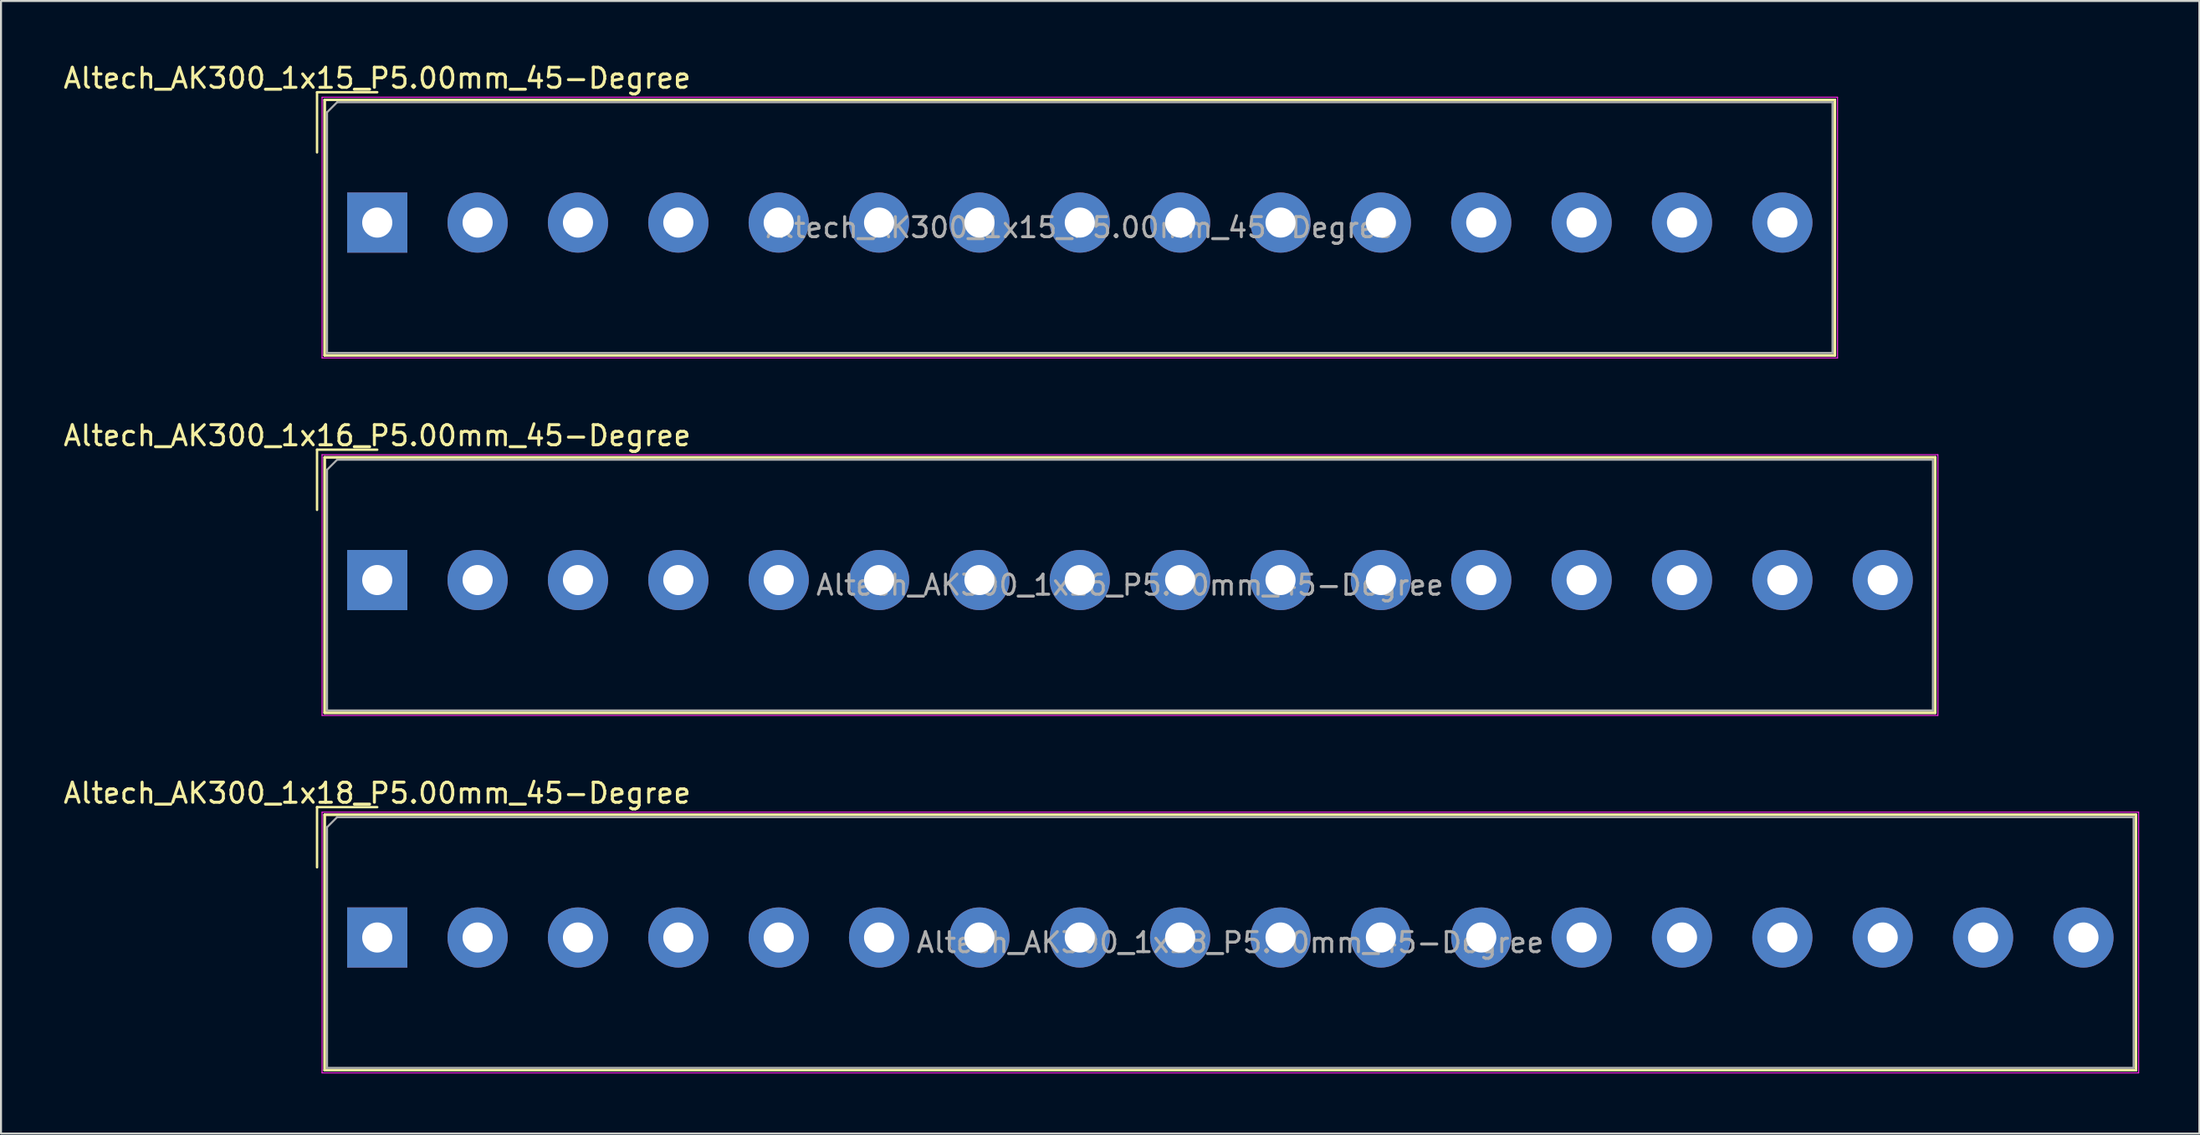
<source format=kicad_pcb>
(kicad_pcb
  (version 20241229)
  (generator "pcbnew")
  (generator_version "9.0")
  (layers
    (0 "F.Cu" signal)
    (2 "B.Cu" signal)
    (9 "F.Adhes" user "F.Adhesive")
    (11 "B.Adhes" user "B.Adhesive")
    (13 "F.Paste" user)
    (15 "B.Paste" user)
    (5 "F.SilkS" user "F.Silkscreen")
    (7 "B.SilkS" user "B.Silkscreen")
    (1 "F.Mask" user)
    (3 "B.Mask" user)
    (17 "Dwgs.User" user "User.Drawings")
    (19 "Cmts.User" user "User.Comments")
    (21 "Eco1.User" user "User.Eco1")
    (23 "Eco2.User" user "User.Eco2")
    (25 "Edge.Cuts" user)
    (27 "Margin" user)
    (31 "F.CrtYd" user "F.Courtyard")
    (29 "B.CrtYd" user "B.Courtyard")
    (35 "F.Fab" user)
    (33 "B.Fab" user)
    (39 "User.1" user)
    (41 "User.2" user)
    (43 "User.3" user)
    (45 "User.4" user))
  (footprint "Altech_AK300_1x15_P5.00mm_45-Degree"
    (layer "F.Cu")
    (at 15.744 8.048)
    (property "Reference" "Altech_AK300_1x15_P5.00mm_45-Degree" (at 0 -7.2 0) (layer "F.SilkS") (effects (font (size 1 1) (thickness 0.15))))
    (attr through_hole)
    (fp_line (start -3 -6.5) (end 0 -6.5) (stroke (width 0.12) (type solid)) (layer "F.SilkS"))
    (fp_line (start -3 -3.5) (end -3 -6.5) (stroke (width 0.12) (type solid)) (layer "F.SilkS"))
    (fp_line (start -2.62 -6.12) (end -2.62 6.62) (stroke (width 0.12) (type solid)) (layer "F.SilkS"))
    (fp_line (start -2.62 -6.12) (end -2.62 6.62) (stroke (width 0.12) (type solid)) (layer "F.SilkS"))
    (fp_line (start -2.62 -6.12) (end 72.62 -6.12) (stroke (width 0.12) (type solid)) (layer "F.SilkS"))
    (fp_line (start -2.62 -6.12) (end 72.62 -6.12) (stroke (width 0.12) (type solid)) (layer "F.SilkS"))
    (fp_line (start -2.62 6.62) (end 72.62 6.62) (stroke (width 0.12) (type solid)) (layer "F.SilkS"))
    (fp_line (start -2.62 6.62) (end 72.62 6.62) (stroke (width 0.12) (type solid)) (layer "F.SilkS"))
    (fp_line (start 72.62 -6.12) (end 72.62 6.62) (stroke (width 0.12) (type solid)) (layer "F.SilkS"))
    (fp_line (start 72.62 -6.12) (end 72.62 6.62) (stroke (width 0.12) (type solid)) (layer "F.SilkS"))
    (fp_line (start -2.75 -6.25) (end -2.75 6.75) (stroke (width 0.05) (type solid)) (layer "F.CrtYd"))
    (fp_line (start -2.75 -6.25) (end 72.75 -6.25) (stroke (width 0.05) (type solid)) (layer "F.CrtYd"))
    (fp_line (start -2.75 6.75) (end 72.75 6.75) (stroke (width 0.05) (type solid)) (layer "F.CrtYd"))
    (fp_line (start 72.75 -6.25) (end 72.75 6.75) (stroke (width 0.05) (type solid)) (layer "F.CrtYd"))
    (fp_line (start -2.5 -5.5) (end -2 -6) (stroke (width 0.1) (type solid)) (layer "F.Fab"))
    (fp_line (start -2.5 6.5) (end -2.5 -5.5) (stroke (width 0.1) (type solid)) (layer "F.Fab"))
    (fp_line (start -2 -6) (end 72.5 -6) (stroke (width 0.1) (type solid)) (layer "F.Fab"))
    (fp_line (start 72.5 -6) (end 72.5 6.5) (stroke (width 0.1) (type solid)) (layer "F.Fab"))
    (fp_line (start 72.5 6.5) (end -2.5 6.5) (stroke (width 0.1) (type solid)) (layer "F.Fab"))
    (fp_text user "${REFERENCE}" (at 35 0.25 0) (layer "F.Fab") (effects (font (size 1 1) (thickness 0.15))))
    (pad "1" thru_hole rect (at 0 0) (size 3 3) (drill 1.5) (layers "*.Cu" "*.Mask"))
    (pad "2" thru_hole circle (at 5 0) (size 3 3) (drill 1.5) (layers "*.Cu" "*.Mask"))
    (pad "3" thru_hole circle (at 10 0) (size 3 3) (drill 1.5) (layers "*.Cu" "*.Mask"))
    (pad "4" thru_hole circle (at 15 0) (size 3 3) (drill 1.5) (layers "*.Cu" "*.Mask"))
    (pad "5" thru_hole circle (at 20 0) (size 3 3) (drill 1.5) (layers "*.Cu" "*.Mask"))
    (pad "6" thru_hole circle (at 25 0) (size 3 3) (drill 1.5) (layers "*.Cu" "*.Mask"))
    (pad "7" thru_hole circle (at 30 0) (size 3 3) (drill 1.5) (layers "*.Cu" "*.Mask"))
    (pad "8" thru_hole circle (at 35 0) (size 3 3) (drill 1.5) (layers "*.Cu" "*.Mask"))
    (pad "9" thru_hole circle (at 40 0) (size 3 3) (drill 1.5) (layers "*.Cu" "*.Mask"))
    (pad "10" thru_hole circle (at 45 0) (size 3 3) (drill 1.5) (layers "*.Cu" "*.Mask"))
    (pad "11" thru_hole circle (at 50 0) (size 3 3) (drill 1.5) (layers "*.Cu" "*.Mask"))
    (pad "12" thru_hole circle (at 55 0) (size 3 3) (drill 1.5) (layers "*.Cu" "*.Mask"))
    (pad "13" thru_hole circle (at 60 0) (size 3 3) (drill 1.5) (layers "*.Cu" "*.Mask"))
    (pad "14" thru_hole circle (at 65 0) (size 3 3) (drill 1.5) (layers "*.Cu" "*.Mask"))
    (pad "15" thru_hole circle (at 70 0) (size 3 3) (drill 1.5) (layers "*.Cu" "*.Mask")))
  (footprint "Altech_AK300_1x16_P5.00mm_45-Degree"
    (layer "F.Cu")
    (at 15.744 25.872)
    (property "Reference" "Altech_AK300_1x16_P5.00mm_45-Degree" (at 0 -7.2 0) (layer "F.SilkS") (effects (font (size 1 1) (thickness 0.15))))
    (attr through_hole)
    (fp_line (start -3 -6.5) (end 0 -6.5) (stroke (width 0.12) (type solid)) (layer "F.SilkS"))
    (fp_line (start -3 -3.5) (end -3 -6.5) (stroke (width 0.12) (type solid)) (layer "F.SilkS"))
    (fp_line (start -2.62 -6.12) (end -2.62 6.62) (stroke (width 0.12) (type solid)) (layer "F.SilkS"))
    (fp_line (start -2.62 -6.12) (end -2.62 6.62) (stroke (width 0.12) (type solid)) (layer "F.SilkS"))
    (fp_line (start -2.62 -6.12) (end 77.62 -6.12) (stroke (width 0.12) (type solid)) (layer "F.SilkS"))
    (fp_line (start -2.62 -6.12) (end 77.62 -6.12) (stroke (width 0.12) (type solid)) (layer "F.SilkS"))
    (fp_line (start -2.62 6.62) (end 77.62 6.62) (stroke (width 0.12) (type solid)) (layer "F.SilkS"))
    (fp_line (start -2.62 6.62) (end 77.62 6.62) (stroke (width 0.12) (type solid)) (layer "F.SilkS"))
    (fp_line (start 77.62 -6.12) (end 77.62 6.62) (stroke (width 0.12) (type solid)) (layer "F.SilkS"))
    (fp_line (start 77.62 -6.12) (end 77.62 6.62) (stroke (width 0.12) (type solid)) (layer "F.SilkS"))
    (fp_line (start -2.75 -6.25) (end -2.75 6.75) (stroke (width 0.05) (type solid)) (layer "F.CrtYd"))
    (fp_line (start -2.75 -6.25) (end 77.75 -6.25) (stroke (width 0.05) (type solid)) (layer "F.CrtYd"))
    (fp_line (start -2.75 6.75) (end 77.75 6.75) (stroke (width 0.05) (type solid)) (layer "F.CrtYd"))
    (fp_line (start 77.75 -6.25) (end 77.75 6.75) (stroke (width 0.05) (type solid)) (layer "F.CrtYd"))
    (fp_line (start -2.5 -5.5) (end -2 -6) (stroke (width 0.1) (type solid)) (layer "F.Fab"))
    (fp_line (start -2.5 6.5) (end -2.5 -5.5) (stroke (width 0.1) (type solid)) (layer "F.Fab"))
    (fp_line (start -2 -6) (end 77.5 -6) (stroke (width 0.1) (type solid)) (layer "F.Fab"))
    (fp_line (start 77.5 -6) (end 77.5 6.5) (stroke (width 0.1) (type solid)) (layer "F.Fab"))
    (fp_line (start 77.5 6.5) (end -2.5 6.5) (stroke (width 0.1) (type solid)) (layer "F.Fab"))
    (fp_text user "${REFERENCE}" (at 37.5 0.25 0) (layer "F.Fab") (effects (font (size 1 1) (thickness 0.15))))
    (pad "1" thru_hole rect (at 0 0) (size 3 3) (drill 1.5) (layers "*.Cu" "*.Mask"))
    (pad "2" thru_hole circle (at 5 0) (size 3 3) (drill 1.5) (layers "*.Cu" "*.Mask"))
    (pad "3" thru_hole circle (at 10 0) (size 3 3) (drill 1.5) (layers "*.Cu" "*.Mask"))
    (pad "4" thru_hole circle (at 15 0) (size 3 3) (drill 1.5) (layers "*.Cu" "*.Mask"))
    (pad "5" thru_hole circle (at 20 0) (size 3 3) (drill 1.5) (layers "*.Cu" "*.Mask"))
    (pad "6" thru_hole circle (at 25 0) (size 3 3) (drill 1.5) (layers "*.Cu" "*.Mask"))
    (pad "7" thru_hole circle (at 30 0) (size 3 3) (drill 1.5) (layers "*.Cu" "*.Mask"))
    (pad "8" thru_hole circle (at 35 0) (size 3 3) (drill 1.5) (layers "*.Cu" "*.Mask"))
    (pad "9" thru_hole circle (at 40 0) (size 3 3) (drill 1.5) (layers "*.Cu" "*.Mask"))
    (pad "10" thru_hole circle (at 45 0) (size 3 3) (drill 1.5) (layers "*.Cu" "*.Mask"))
    (pad "11" thru_hole circle (at 50 0) (size 3 3) (drill 1.5) (layers "*.Cu" "*.Mask"))
    (pad "12" thru_hole circle (at 55 0) (size 3 3) (drill 1.5) (layers "*.Cu" "*.Mask"))
    (pad "13" thru_hole circle (at 60 0) (size 3 3) (drill 1.5) (layers "*.Cu" "*.Mask"))
    (pad "14" thru_hole circle (at 65 0) (size 3 3) (drill 1.5) (layers "*.Cu" "*.Mask"))
    (pad "15" thru_hole circle (at 70 0) (size 3 3) (drill 1.5) (layers "*.Cu" "*.Mask"))
    (pad "16" thru_hole circle (at 75 0) (size 3 3) (drill 1.5) (layers "*.Cu" "*.Mask")))
  (footprint "Altech_AK300_1x18_P5.00mm_45-Degree"
    (layer "F.Cu")
    (at 15.744 43.695)
    (property "Reference" "Altech_AK300_1x18_P5.00mm_45-Degree" (at 0 -7.2 0) (layer "F.SilkS") (effects (font (size 1 1) (thickness 0.15))))
    (attr through_hole)
    (fp_line (start -3 -6.5) (end 0 -6.5) (stroke (width 0.12) (type solid)) (layer "F.SilkS"))
    (fp_line (start -3 -3.5) (end -3 -6.5) (stroke (width 0.12) (type solid)) (layer "F.SilkS"))
    (fp_line (start -2.62 -6.12) (end -2.62 6.62) (stroke (width 0.12) (type solid)) (layer "F.SilkS"))
    (fp_line (start -2.62 -6.12) (end -2.62 6.62) (stroke (width 0.12) (type solid)) (layer "F.SilkS"))
    (fp_line (start -2.62 -6.12) (end 87.62 -6.12) (stroke (width 0.12) (type solid)) (layer "F.SilkS"))
    (fp_line (start -2.62 -6.12) (end 87.62 -6.12) (stroke (width 0.12) (type solid)) (layer "F.SilkS"))
    (fp_line (start -2.62 6.62) (end 87.62 6.62) (stroke (width 0.12) (type solid)) (layer "F.SilkS"))
    (fp_line (start -2.62 6.62) (end 87.62 6.62) (stroke (width 0.12) (type solid)) (layer "F.SilkS"))
    (fp_line (start 87.62 -6.12) (end 87.62 6.62) (stroke (width 0.12) (type solid)) (layer "F.SilkS"))
    (fp_line (start 87.62 -6.12) (end 87.62 6.62) (stroke (width 0.12) (type solid)) (layer "F.SilkS"))
    (fp_line (start -2.75 -6.25) (end -2.75 6.75) (stroke (width 0.05) (type solid)) (layer "F.CrtYd"))
    (fp_line (start -2.75 -6.25) (end 87.75 -6.25) (stroke (width 0.05) (type solid)) (layer "F.CrtYd"))
    (fp_line (start -2.75 6.75) (end 87.75 6.75) (stroke (width 0.05) (type solid)) (layer "F.CrtYd"))
    (fp_line (start 87.75 -6.25) (end 87.75 6.75) (stroke (width 0.05) (type solid)) (layer "F.CrtYd"))
    (fp_line (start -2.5 -5.5) (end -2 -6) (stroke (width 0.1) (type solid)) (layer "F.Fab"))
    (fp_line (start -2.5 6.5) (end -2.5 -5.5) (stroke (width 0.1) (type solid)) (layer "F.Fab"))
    (fp_line (start -2 -6) (end 87.5 -6) (stroke (width 0.1) (type solid)) (layer "F.Fab"))
    (fp_line (start 87.5 -6) (end 87.5 6.5) (stroke (width 0.1) (type solid)) (layer "F.Fab"))
    (fp_line (start 87.5 6.5) (end -2.5 6.5) (stroke (width 0.1) (type solid)) (layer "F.Fab"))
    (fp_text user "${REFERENCE}" (at 42.5 0.25 0) (layer "F.Fab") (effects (font (size 1 1) (thickness 0.15))))
    (pad "1" thru_hole rect (at 0 0) (size 3 3) (drill 1.5) (layers "*.Cu" "*.Mask"))
    (pad "2" thru_hole circle (at 5 0) (size 3 3) (drill 1.5) (layers "*.Cu" "*.Mask"))
    (pad "3" thru_hole circle (at 10 0) (size 3 3) (drill 1.5) (layers "*.Cu" "*.Mask"))
    (pad "4" thru_hole circle (at 15 0) (size 3 3) (drill 1.5) (layers "*.Cu" "*.Mask"))
    (pad "5" thru_hole circle (at 20 0) (size 3 3) (drill 1.5) (layers "*.Cu" "*.Mask"))
    (pad "6" thru_hole circle (at 25 0) (size 3 3) (drill 1.5) (layers "*.Cu" "*.Mask"))
    (pad "7" thru_hole circle (at 30 0) (size 3 3) (drill 1.5) (layers "*.Cu" "*.Mask"))
    (pad "8" thru_hole circle (at 35 0) (size 3 3) (drill 1.5) (layers "*.Cu" "*.Mask"))
    (pad "9" thru_hole circle (at 40 0) (size 3 3) (drill 1.5) (layers "*.Cu" "*.Mask"))
    (pad "10" thru_hole circle (at 45 0) (size 3 3) (drill 1.5) (layers "*.Cu" "*.Mask"))
    (pad "11" thru_hole circle (at 50 0) (size 3 3) (drill 1.5) (layers "*.Cu" "*.Mask"))
    (pad "12" thru_hole circle (at 55 0) (size 3 3) (drill 1.5) (layers "*.Cu" "*.Mask"))
    (pad "13" thru_hole circle (at 60 0) (size 3 3) (drill 1.5) (layers "*.Cu" "*.Mask"))
    (pad "14" thru_hole circle (at 65 0) (size 3 3) (drill 1.5) (layers "*.Cu" "*.Mask"))
    (pad "15" thru_hole circle (at 70 0) (size 3 3) (drill 1.5) (layers "*.Cu" "*.Mask"))
    (pad "16" thru_hole circle (at 75 0) (size 3 3) (drill 1.5) (layers "*.Cu" "*.Mask"))
    (pad "17" thru_hole circle (at 80 0) (size 3 3) (drill 1.5) (layers "*.Cu" "*.Mask"))
    (pad "18" thru_hole circle (at 85 0) (size 3 3) (drill 1.5) (layers "*.Cu" "*.Mask")))
  (gr_rect
    (start -3 -3)
    (end 106.519 53.47)
    (stroke (width 0.1) (type default))
    (fill no)
    (layer "Edge.Cuts")))
</source>
